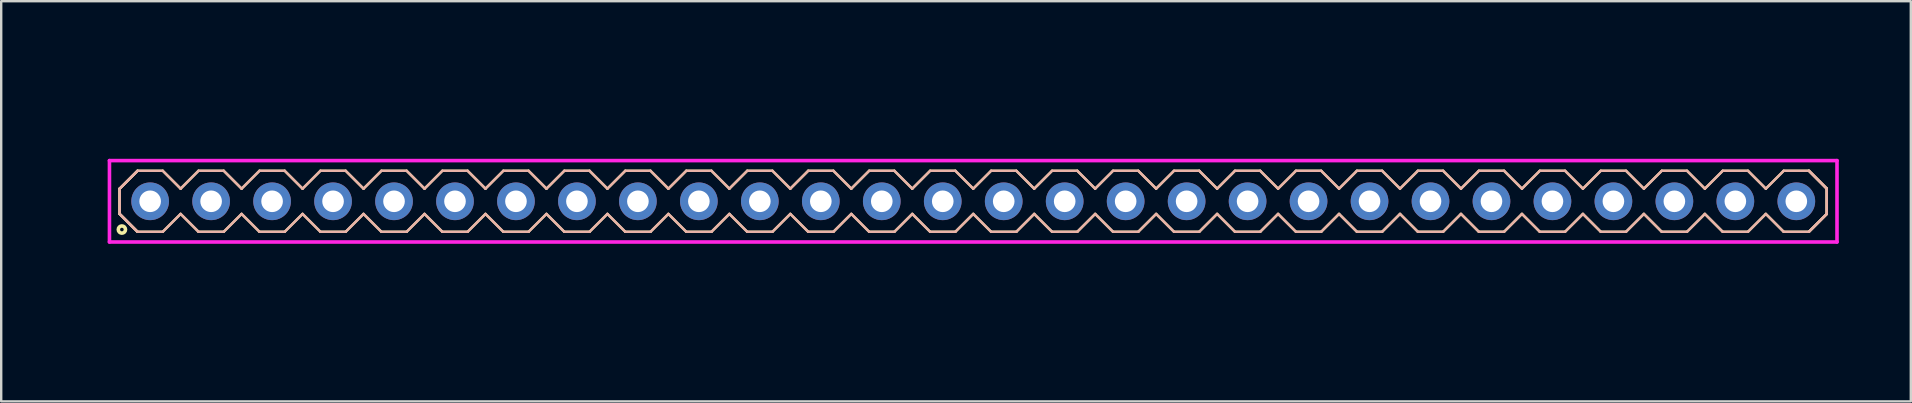
<source format=kicad_pcb>
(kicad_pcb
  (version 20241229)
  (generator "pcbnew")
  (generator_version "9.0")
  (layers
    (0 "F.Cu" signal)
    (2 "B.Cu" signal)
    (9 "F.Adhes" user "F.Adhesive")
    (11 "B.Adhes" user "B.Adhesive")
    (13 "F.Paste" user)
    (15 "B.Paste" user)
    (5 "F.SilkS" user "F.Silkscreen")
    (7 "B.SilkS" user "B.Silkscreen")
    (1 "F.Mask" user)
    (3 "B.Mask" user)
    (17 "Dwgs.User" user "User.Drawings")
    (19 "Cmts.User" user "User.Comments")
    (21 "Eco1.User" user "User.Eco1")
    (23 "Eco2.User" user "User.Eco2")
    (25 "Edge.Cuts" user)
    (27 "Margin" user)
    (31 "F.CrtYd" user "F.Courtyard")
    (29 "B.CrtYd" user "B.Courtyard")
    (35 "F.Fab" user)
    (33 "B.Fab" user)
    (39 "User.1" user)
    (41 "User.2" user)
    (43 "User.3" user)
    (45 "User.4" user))
  (footprint "HDR254P28x1"
    (layer "F.Cu")
    (at 37.495 5.336)
    (property "Reference" "HDR254P28x1" (at -36.735 0 90) (layer "User.1") (effects (font (size 1 1) (thickness 0.1))))
    (attr through_hole)
    (fp_line (start -35.56 -0.526) (end -34.816 -1.27) (stroke (width 0.1) (type solid)) (layer "F.SilkS"))
    (fp_line (start -35.56 -0.526) (end -34.816 -1.27) (stroke (width 0.1) (type solid)) (layer "F.SilkS"))
    (fp_line (start -35.56 0.526) (end -35.56 -0.526) (stroke (width 0.1) (type solid)) (layer "F.SilkS"))
    (fp_line (start -35.56 0.526) (end -35.56 -0.526) (stroke (width 0.1) (type solid)) (layer "F.SilkS"))
    (fp_line (start -34.816 -1.27) (end -33.764 -1.27) (stroke (width 0.1) (type solid)) (layer "F.SilkS"))
    (fp_line (start -34.816 1.27) (end -35.56 0.526) (stroke (width 0.1) (type solid)) (layer "F.SilkS"))
    (fp_line (start -34.816 1.27) (end -35.56 0.526) (stroke (width 0.1) (type solid)) (layer "F.SilkS"))
    (fp_line (start -33.764 -1.27) (end -33.02 -0.526) (stroke (width 0.1) (type solid)) (layer "F.SilkS"))
    (fp_line (start -33.764 1.27) (end -34.816 1.27) (stroke (width 0.1) (type solid)) (layer "F.SilkS"))
    (fp_line (start -33.02 -0.526) (end -32.276 -1.27) (stroke (width 0.1) (type solid)) (layer "F.SilkS"))
    (fp_line (start -33.02 0.526) (end -33.764 1.27) (stroke (width 0.1) (type solid)) (layer "F.SilkS"))
    (fp_line (start -32.276 -1.27) (end -31.224 -1.27) (stroke (width 0.1) (type solid)) (layer "F.SilkS"))
    (fp_line (start -32.276 1.27) (end -33.02 0.526) (stroke (width 0.1) (type solid)) (layer "F.SilkS"))
    (fp_line (start -31.224 -1.27) (end -30.48 -0.526) (stroke (width 0.1) (type solid)) (layer "F.SilkS"))
    (fp_line (start -31.224 1.27) (end -32.276 1.27) (stroke (width 0.1) (type solid)) (layer "F.SilkS"))
    (fp_line (start -30.48 -0.526) (end -29.736 -1.27) (stroke (width 0.1) (type solid)) (layer "F.SilkS"))
    (fp_line (start -30.48 0.526) (end -31.224 1.27) (stroke (width 0.1) (type solid)) (layer "F.SilkS"))
    (fp_line (start -29.736 -1.27) (end -28.684 -1.27) (stroke (width 0.1) (type solid)) (layer "F.SilkS"))
    (fp_line (start -29.736 1.27) (end -30.48 0.526) (stroke (width 0.1) (type solid)) (layer "F.SilkS"))
    (fp_line (start -28.684 -1.27) (end -27.94 -0.526) (stroke (width 0.1) (type solid)) (layer "F.SilkS"))
    (fp_line (start -28.684 1.27) (end -29.736 1.27) (stroke (width 0.1) (type solid)) (layer "F.SilkS"))
    (fp_line (start -27.94 -0.526) (end -27.196 -1.27) (stroke (width 0.1) (type solid)) (layer "F.SilkS"))
    (fp_line (start -27.94 0.526) (end -28.684 1.27) (stroke (width 0.1) (type solid)) (layer "F.SilkS"))
    (fp_line (start -27.196 -1.27) (end -26.144 -1.27) (stroke (width 0.1) (type solid)) (layer "F.SilkS"))
    (fp_line (start -27.196 1.27) (end -27.94 0.526) (stroke (width 0.1) (type solid)) (layer "F.SilkS"))
    (fp_line (start -26.144 -1.27) (end -25.4 -0.526) (stroke (width 0.1) (type solid)) (layer "F.SilkS"))
    (fp_line (start -26.144 1.27) (end -27.196 1.27) (stroke (width 0.1) (type solid)) (layer "F.SilkS"))
    (fp_line (start -25.4 -0.526) (end -24.656 -1.27) (stroke (width 0.1) (type solid)) (layer "F.SilkS"))
    (fp_line (start -25.4 0.526) (end -26.144 1.27) (stroke (width 0.1) (type solid)) (layer "F.SilkS"))
    (fp_line (start -24.656 -1.27) (end -23.604 -1.27) (stroke (width 0.1) (type solid)) (layer "F.SilkS"))
    (fp_line (start -24.656 1.27) (end -25.4 0.526) (stroke (width 0.1) (type solid)) (layer "F.SilkS"))
    (fp_line (start -23.604 -1.27) (end -22.86 -0.526) (stroke (width 0.1) (type solid)) (layer "F.SilkS"))
    (fp_line (start -23.604 1.27) (end -24.656 1.27) (stroke (width 0.1) (type solid)) (layer "F.SilkS"))
    (fp_line (start -22.86 -0.526) (end -22.116 -1.27) (stroke (width 0.1) (type solid)) (layer "F.SilkS"))
    (fp_line (start -22.86 0.526) (end -23.604 1.27) (stroke (width 0.1) (type solid)) (layer "F.SilkS"))
    (fp_line (start -22.116 -1.27) (end -21.064 -1.27) (stroke (width 0.1) (type solid)) (layer "F.SilkS"))
    (fp_line (start -22.116 1.27) (end -22.86 0.526) (stroke (width 0.1) (type solid)) (layer "F.SilkS"))
    (fp_line (start -21.064 -1.27) (end -20.32 -0.526) (stroke (width 0.1) (type solid)) (layer "F.SilkS"))
    (fp_line (start -21.064 1.27) (end -22.116 1.27) (stroke (width 0.1) (type solid)) (layer "F.SilkS"))
    (fp_line (start -20.32 -0.526) (end -19.576 -1.27) (stroke (width 0.1) (type solid)) (layer "F.SilkS"))
    (fp_line (start -20.32 0.526) (end -21.064 1.27) (stroke (width 0.1) (type solid)) (layer "F.SilkS"))
    (fp_line (start -19.576 -1.27) (end -18.524 -1.27) (stroke (width 0.1) (type solid)) (layer "F.SilkS"))
    (fp_line (start -19.576 1.27) (end -20.32 0.526) (stroke (width 0.1) (type solid)) (layer "F.SilkS"))
    (fp_line (start -18.524 -1.27) (end -17.78 -0.526) (stroke (width 0.1) (type solid)) (layer "F.SilkS"))
    (fp_line (start -18.524 1.27) (end -19.576 1.27) (stroke (width 0.1) (type solid)) (layer "F.SilkS"))
    (fp_line (start -17.78 -0.526) (end -17.036 -1.27) (stroke (width 0.1) (type solid)) (layer "F.SilkS"))
    (fp_line (start -17.78 0.526) (end -18.524 1.27) (stroke (width 0.1) (type solid)) (layer "F.SilkS"))
    (fp_line (start -17.036 -1.27) (end -15.984 -1.27) (stroke (width 0.1) (type solid)) (layer "F.SilkS"))
    (fp_line (start -17.036 1.27) (end -17.78 0.526) (stroke (width 0.1) (type solid)) (layer "F.SilkS"))
    (fp_line (start -15.984 -1.27) (end -15.24 -0.526) (stroke (width 0.1) (type solid)) (layer "F.SilkS"))
    (fp_line (start -15.984 1.27) (end -17.036 1.27) (stroke (width 0.1) (type solid)) (layer "F.SilkS"))
    (fp_line (start -15.24 -0.526) (end -14.496 -1.27) (stroke (width 0.1) (type solid)) (layer "F.SilkS"))
    (fp_line (start -15.24 0.526) (end -15.984 1.27) (stroke (width 0.1) (type solid)) (layer "F.SilkS"))
    (fp_line (start -14.496 -1.27) (end -13.444 -1.27) (stroke (width 0.1) (type solid)) (layer "F.SilkS"))
    (fp_line (start -14.496 1.27) (end -15.24 0.526) (stroke (width 0.1) (type solid)) (layer "F.SilkS"))
    (fp_line (start -13.444 -1.27) (end -12.7 -0.526) (stroke (width 0.1) (type solid)) (layer "F.SilkS"))
    (fp_line (start -13.444 1.27) (end -14.496 1.27) (stroke (width 0.1) (type solid)) (layer "F.SilkS"))
    (fp_line (start -12.7 -0.526) (end -11.956 -1.27) (stroke (width 0.1) (type solid)) (layer "F.SilkS"))
    (fp_line (start -12.7 0.526) (end -13.444 1.27) (stroke (width 0.1) (type solid)) (layer "F.SilkS"))
    (fp_line (start -11.956 -1.27) (end -10.904 -1.27) (stroke (width 0.1) (type solid)) (layer "F.SilkS"))
    (fp_line (start -11.956 1.27) (end -12.7 0.526) (stroke (width 0.1) (type solid)) (layer "F.SilkS"))
    (fp_line (start -10.904 -1.27) (end -10.16 -0.526) (stroke (width 0.1) (type solid)) (layer "F.SilkS"))
    (fp_line (start -10.904 1.27) (end -11.956 1.27) (stroke (width 0.1) (type solid)) (layer "F.SilkS"))
    (fp_line (start -10.16 -0.526) (end -9.416 -1.27) (stroke (width 0.1) (type solid)) (layer "F.SilkS"))
    (fp_line (start -10.16 0.526) (end -10.904 1.27) (stroke (width 0.1) (type solid)) (layer "F.SilkS"))
    (fp_line (start -9.416 -1.27) (end -8.364 -1.27) (stroke (width 0.1) (type solid)) (layer "F.SilkS"))
    (fp_line (start -9.416 1.27) (end -10.16 0.526) (stroke (width 0.1) (type solid)) (layer "F.SilkS"))
    (fp_line (start -8.364 -1.27) (end -7.62 -0.526) (stroke (width 0.1) (type solid)) (layer "F.SilkS"))
    (fp_line (start -8.364 1.27) (end -9.416 1.27) (stroke (width 0.1) (type solid)) (layer "F.SilkS"))
    (fp_line (start -7.62 -0.526) (end -6.876 -1.27) (stroke (width 0.1) (type solid)) (layer "F.SilkS"))
    (fp_line (start -7.62 0.526) (end -8.364 1.27) (stroke (width 0.1) (type solid)) (layer "F.SilkS"))
    (fp_line (start -6.876 -1.27) (end -5.824 -1.27) (stroke (width 0.1) (type solid)) (layer "F.SilkS"))
    (fp_line (start -6.876 1.27) (end -7.62 0.526) (stroke (width 0.1) (type solid)) (layer "F.SilkS"))
    (fp_line (start -5.824 -1.27) (end -5.08 -0.526) (stroke (width 0.1) (type solid)) (layer "F.SilkS"))
    (fp_line (start -5.824 1.27) (end -6.876 1.27) (stroke (width 0.1) (type solid)) (layer "F.SilkS"))
    (fp_line (start -5.08 -0.526) (end -4.336 -1.27) (stroke (width 0.1) (type solid)) (layer "F.SilkS"))
    (fp_line (start -5.08 0.526) (end -5.824 1.27) (stroke (width 0.1) (type solid)) (layer "F.SilkS"))
    (fp_line (start -4.336 -1.27) (end -3.284 -1.27) (stroke (width 0.1) (type solid)) (layer "F.SilkS"))
    (fp_line (start -4.336 1.27) (end -5.08 0.526) (stroke (width 0.1) (type solid)) (layer "F.SilkS"))
    (fp_line (start -3.284 -1.27) (end -2.54 -0.526) (stroke (width 0.1) (type solid)) (layer "F.SilkS"))
    (fp_line (start -3.284 1.27) (end -4.336 1.27) (stroke (width 0.1) (type solid)) (layer "F.SilkS"))
    (fp_line (start -2.54 -0.526) (end -1.796 -1.27) (stroke (width 0.1) (type solid)) (layer "F.SilkS"))
    (fp_line (start -2.54 0.526) (end -3.284 1.27) (stroke (width 0.1) (type solid)) (layer "F.SilkS"))
    (fp_line (start -1.796 -1.27) (end -0.744 -1.27) (stroke (width 0.1) (type solid)) (layer "F.SilkS"))
    (fp_line (start -1.796 1.27) (end -2.54 0.526) (stroke (width 0.1) (type solid)) (layer "F.SilkS"))
    (fp_line (start -0.744 -1.27) (end 0 -0.526) (stroke (width 0.1) (type solid)) (layer "F.SilkS"))
    (fp_line (start -0.744 1.27) (end -1.796 1.27) (stroke (width 0.1) (type solid)) (layer "F.SilkS"))
    (fp_line (start 0 -0.526) (end 0.744 -1.27) (stroke (width 0.1) (type solid)) (layer "F.SilkS"))
    (fp_line (start 0 0.526) (end -0.744 1.27) (stroke (width 0.1) (type solid)) (layer "F.SilkS"))
    (fp_line (start 0.744 -1.27) (end 1.796 -1.27) (stroke (width 0.1) (type solid)) (layer "F.SilkS"))
    (fp_line (start 0.744 1.27) (end 0 0.526) (stroke (width 0.1) (type solid)) (layer "F.SilkS"))
    (fp_line (start 1.796 -1.27) (end 2.54 -0.526) (stroke (width 0.1) (type solid)) (layer "F.SilkS"))
    (fp_line (start 1.796 1.27) (end 0.744 1.27) (stroke (width 0.1) (type solid)) (layer "F.SilkS"))
    (fp_line (start 2.54 -0.526) (end 3.284 -1.27) (stroke (width 0.1) (type solid)) (layer "F.SilkS"))
    (fp_line (start 2.54 0.526) (end 1.796 1.27) (stroke (width 0.1) (type solid)) (layer "F.SilkS"))
    (fp_line (start 3.284 -1.27) (end 4.336 -1.27) (stroke (width 0.1) (type solid)) (layer "F.SilkS"))
    (fp_line (start 3.284 1.27) (end 2.54 0.526) (stroke (width 0.1) (type solid)) (layer "F.SilkS"))
    (fp_line (start 4.336 -1.27) (end 5.08 -0.526) (stroke (width 0.1) (type solid)) (layer "F.SilkS"))
    (fp_line (start 4.336 1.27) (end 3.284 1.27) (stroke (width 0.1) (type solid)) (layer "F.SilkS"))
    (fp_line (start 5.08 -0.526) (end 5.824 -1.27) (stroke (width 0.1) (type solid)) (layer "F.SilkS"))
    (fp_line (start 5.08 0.526) (end 4.336 1.27) (stroke (width 0.1) (type solid)) (layer "F.SilkS"))
    (fp_line (start 5.824 -1.27) (end 6.876 -1.27) (stroke (width 0.1) (type solid)) (layer "F.SilkS"))
    (fp_line (start 5.824 1.27) (end 5.08 0.526) (stroke (width 0.1) (type solid)) (layer "F.SilkS"))
    (fp_line (start 6.876 -1.27) (end 7.62 -0.526) (stroke (width 0.1) (type solid)) (layer "F.SilkS"))
    (fp_line (start 6.876 1.27) (end 5.824 1.27) (stroke (width 0.1) (type solid)) (layer "F.SilkS"))
    (fp_line (start 7.62 -0.526) (end 8.364 -1.27) (stroke (width 0.1) (type solid)) (layer "F.SilkS"))
    (fp_line (start 7.62 0.526) (end 6.876 1.27) (stroke (width 0.1) (type solid)) (layer "F.SilkS"))
    (fp_line (start 8.364 -1.27) (end 9.416 -1.27) (stroke (width 0.1) (type solid)) (layer "F.SilkS"))
    (fp_line (start 8.364 1.27) (end 7.62 0.526) (stroke (width 0.1) (type solid)) (layer "F.SilkS"))
    (fp_line (start 9.416 -1.27) (end 10.16 -0.526) (stroke (width 0.1) (type solid)) (layer "F.SilkS"))
    (fp_line (start 9.416 1.27) (end 8.364 1.27) (stroke (width 0.1) (type solid)) (layer "F.SilkS"))
    (fp_line (start 10.16 -0.526) (end 10.904 -1.27) (stroke (width 0.1) (type solid)) (layer "F.SilkS"))
    (fp_line (start 10.16 0.526) (end 9.416 1.27) (stroke (width 0.1) (type solid)) (layer "F.SilkS"))
    (fp_line (start 10.904 -1.27) (end 11.956 -1.27) (stroke (width 0.1) (type solid)) (layer "F.SilkS"))
    (fp_line (start 10.904 1.27) (end 10.16 0.526) (stroke (width 0.1) (type solid)) (layer "F.SilkS"))
    (fp_line (start 11.956 -1.27) (end 12.7 -0.526) (stroke (width 0.1) (type solid)) (layer "F.SilkS"))
    (fp_line (start 11.956 1.27) (end 10.904 1.27) (stroke (width 0.1) (type solid)) (layer "F.SilkS"))
    (fp_line (start 12.7 -0.526) (end 13.444 -1.27) (stroke (width 0.1) (type solid)) (layer "F.SilkS"))
    (fp_line (start 12.7 0.526) (end 11.956 1.27) (stroke (width 0.1) (type solid)) (layer "F.SilkS"))
    (fp_line (start 13.444 -1.27) (end 14.496 -1.27) (stroke (width 0.1) (type solid)) (layer "F.SilkS"))
    (fp_line (start 13.444 1.27) (end 12.7 0.526) (stroke (width 0.1) (type solid)) (layer "F.SilkS"))
    (fp_line (start 14.496 -1.27) (end 15.24 -0.526) (stroke (width 0.1) (type solid)) (layer "F.SilkS"))
    (fp_line (start 14.496 1.27) (end 13.444 1.27) (stroke (width 0.1) (type solid)) (layer "F.SilkS"))
    (fp_line (start 15.24 -0.526) (end 15.984 -1.27) (stroke (width 0.1) (type solid)) (layer "F.SilkS"))
    (fp_line (start 15.24 0.526) (end 14.496 1.27) (stroke (width 0.1) (type solid)) (layer "F.SilkS"))
    (fp_line (start 15.984 -1.27) (end 17.036 -1.27) (stroke (width 0.1) (type solid)) (layer "F.SilkS"))
    (fp_line (start 15.984 1.27) (end 15.24 0.526) (stroke (width 0.1) (type solid)) (layer "F.SilkS"))
    (fp_line (start 17.036 -1.27) (end 17.78 -0.526) (stroke (width 0.1) (type solid)) (layer "F.SilkS"))
    (fp_line (start 17.036 1.27) (end 15.984 1.27) (stroke (width 0.1) (type solid)) (layer "F.SilkS"))
    (fp_line (start 17.78 -0.526) (end 18.524 -1.27) (stroke (width 0.1) (type solid)) (layer "F.SilkS"))
    (fp_line (start 17.78 0.526) (end 17.036 1.27) (stroke (width 0.1) (type solid)) (layer "F.SilkS"))
    (fp_line (start 18.524 -1.27) (end 19.576 -1.27) (stroke (width 0.1) (type solid)) (layer "F.SilkS"))
    (fp_line (start 18.524 1.27) (end 17.78 0.526) (stroke (width 0.1) (type solid)) (layer "F.SilkS"))
    (fp_line (start 19.576 -1.27) (end 20.32 -0.526) (stroke (width 0.1) (type solid)) (layer "F.SilkS"))
    (fp_line (start 19.576 1.27) (end 18.524 1.27) (stroke (width 0.1) (type solid)) (layer "F.SilkS"))
    (fp_line (start 20.32 -0.526) (end 21.064 -1.27) (stroke (width 0.1) (type solid)) (layer "F.SilkS"))
    (fp_line (start 20.32 0.526) (end 19.576 1.27) (stroke (width 0.1) (type solid)) (layer "F.SilkS"))
    (fp_line (start 21.064 -1.27) (end 22.116 -1.27) (stroke (width 0.1) (type solid)) (layer "F.SilkS"))
    (fp_line (start 21.064 1.27) (end 20.32 0.526) (stroke (width 0.1) (type solid)) (layer "F.SilkS"))
    (fp_line (start 22.116 -1.27) (end 22.86 -0.526) (stroke (width 0.1) (type solid)) (layer "F.SilkS"))
    (fp_line (start 22.116 1.27) (end 21.064 1.27) (stroke (width 0.1) (type solid)) (layer "F.SilkS"))
    (fp_line (start 22.86 -0.526) (end 23.604 -1.27) (stroke (width 0.1) (type solid)) (layer "F.SilkS"))
    (fp_line (start 22.86 0.526) (end 22.116 1.27) (stroke (width 0.1) (type solid)) (layer "F.SilkS"))
    (fp_line (start 23.604 -1.27) (end 24.656 -1.27) (stroke (width 0.1) (type solid)) (layer "F.SilkS"))
    (fp_line (start 23.604 1.27) (end 22.86 0.526) (stroke (width 0.1) (type solid)) (layer "F.SilkS"))
    (fp_line (start 24.656 -1.27) (end 25.4 -0.526) (stroke (width 0.1) (type solid)) (layer "F.SilkS"))
    (fp_line (start 24.656 1.27) (end 23.604 1.27) (stroke (width 0.1) (type solid)) (layer "F.SilkS"))
    (fp_line (start 25.4 -0.526) (end 26.144 -1.27) (stroke (width 0.1) (type solid)) (layer "F.SilkS"))
    (fp_line (start 25.4 0.526) (end 24.656 1.27) (stroke (width 0.1) (type solid)) (layer "F.SilkS"))
    (fp_line (start 26.144 -1.27) (end 27.196 -1.27) (stroke (width 0.1) (type solid)) (layer "F.SilkS"))
    (fp_line (start 26.144 1.27) (end 25.4 0.526) (stroke (width 0.1) (type solid)) (layer "F.SilkS"))
    (fp_line (start 27.196 -1.27) (end 27.94 -0.526) (stroke (width 0.1) (type solid)) (layer "F.SilkS"))
    (fp_line (start 27.196 1.27) (end 26.144 1.27) (stroke (width 0.1) (type solid)) (layer "F.SilkS"))
    (fp_line (start 27.94 -0.526) (end 28.684 -1.27) (stroke (width 0.1) (type solid)) (layer "F.SilkS"))
    (fp_line (start 27.94 0.526) (end 27.196 1.27) (stroke (width 0.1) (type solid)) (layer "F.SilkS"))
    (fp_line (start 28.684 -1.27) (end 29.736 -1.27) (stroke (width 0.1) (type solid)) (layer "F.SilkS"))
    (fp_line (start 28.684 1.27) (end 27.94 0.526) (stroke (width 0.1) (type solid)) (layer "F.SilkS"))
    (fp_line (start 29.736 -1.27) (end 30.48 -0.526) (stroke (width 0.1) (type solid)) (layer "F.SilkS"))
    (fp_line (start 29.736 1.27) (end 28.684 1.27) (stroke (width 0.1) (type solid)) (layer "F.SilkS"))
    (fp_line (start 30.48 -0.526) (end 31.224 -1.27) (stroke (width 0.1) (type solid)) (layer "F.SilkS"))
    (fp_line (start 30.48 0.526) (end 29.736 1.27) (stroke (width 0.1) (type solid)) (layer "F.SilkS"))
    (fp_line (start 31.224 -1.27) (end 32.276 -1.27) (stroke (width 0.1) (type solid)) (layer "F.SilkS"))
    (fp_line (start 31.224 1.27) (end 30.48 0.526) (stroke (width 0.1) (type solid)) (layer "F.SilkS"))
    (fp_line (start 32.276 -1.27) (end 33.02 -0.526) (stroke (width 0.1) (type solid)) (layer "F.SilkS"))
    (fp_line (start 32.276 1.27) (end 31.224 1.27) (stroke (width 0.1) (type solid)) (layer "F.SilkS"))
    (fp_line (start 33.02 -0.526) (end 33.764 -1.27) (stroke (width 0.1) (type solid)) (layer "F.SilkS"))
    (fp_line (start 33.02 0.526) (end 32.276 1.27) (stroke (width 0.1) (type solid)) (layer "F.SilkS"))
    (fp_line (start 33.764 -1.27) (end 34.816 -1.27) (stroke (width 0.1) (type solid)) (layer "F.SilkS"))
    (fp_line (start 33.764 1.27) (end 33.02 0.526) (stroke (width 0.1) (type solid)) (layer "F.SilkS"))
    (fp_line (start 34.816 -1.27) (end 35.56 -0.526) (stroke (width 0.1) (type solid)) (layer "F.SilkS"))
    (fp_line (start 34.816 -1.27) (end 35.56 -0.526) (stroke (width 0.1) (type solid)) (layer "F.SilkS"))
    (fp_line (start 34.816 1.27) (end 33.764 1.27) (stroke (width 0.1) (type solid)) (layer "F.SilkS"))
    (fp_line (start 35.56 -0.526) (end 35.56 0.526) (stroke (width 0.1) (type solid)) (layer "F.SilkS"))
    (fp_line (start 35.56 -0.526) (end 35.56 0.526) (stroke (width 0.1) (type solid)) (layer "F.SilkS"))
    (fp_line (start 35.56 0.526) (end 34.816 1.27) (stroke (width 0.1) (type solid)) (layer "F.SilkS"))
    (fp_line (start 35.56 0.526) (end 34.816 1.27) (stroke (width 0.1) (type solid)) (layer "F.SilkS"))
    (fp_circle (center -35.467 1.177) (end -35.317 1.177) (stroke (width 0.15) (type solid)) (fill no) (layer "F.SilkS"))
    (fp_line (start -35.56 -0.526) (end -34.816 -1.27) (stroke (width 0.1) (type solid)) (layer "B.SilkS"))
    (fp_line (start -35.56 -0.526) (end -34.816 -1.27) (stroke (width 0.1) (type solid)) (layer "B.SilkS"))
    (fp_line (start -35.56 0.526) (end -35.56 -0.526) (stroke (width 0.1) (type solid)) (layer "B.SilkS"))
    (fp_line (start -35.56 0.526) (end -35.56 -0.526) (stroke (width 0.1) (type solid)) (layer "B.SilkS"))
    (fp_line (start -34.816 -1.27) (end -33.764 -1.27) (stroke (width 0.1) (type solid)) (layer "B.SilkS"))
    (fp_line (start -34.816 1.27) (end -35.56 0.526) (stroke (width 0.1) (type solid)) (layer "B.SilkS"))
    (fp_line (start -34.816 1.27) (end -35.56 0.526) (stroke (width 0.1) (type solid)) (layer "B.SilkS"))
    (fp_line (start -33.764 -1.27) (end -33.02 -0.526) (stroke (width 0.1) (type solid)) (layer "B.SilkS"))
    (fp_line (start -33.764 1.27) (end -34.816 1.27) (stroke (width 0.1) (type solid)) (layer "B.SilkS"))
    (fp_line (start -33.02 -0.526) (end -32.276 -1.27) (stroke (width 0.1) (type solid)) (layer "B.SilkS"))
    (fp_line (start -33.02 0.526) (end -33.764 1.27) (stroke (width 0.1) (type solid)) (layer "B.SilkS"))
    (fp_line (start -32.276 -1.27) (end -31.224 -1.27) (stroke (width 0.1) (type solid)) (layer "B.SilkS"))
    (fp_line (start -32.276 1.27) (end -33.02 0.526) (stroke (width 0.1) (type solid)) (layer "B.SilkS"))
    (fp_line (start -31.224 -1.27) (end -30.48 -0.526) (stroke (width 0.1) (type solid)) (layer "B.SilkS"))
    (fp_line (start -31.224 1.27) (end -32.276 1.27) (stroke (width 0.1) (type solid)) (layer "B.SilkS"))
    (fp_line (start -30.48 -0.526) (end -29.736 -1.27) (stroke (width 0.1) (type solid)) (layer "B.SilkS"))
    (fp_line (start -30.48 0.526) (end -31.224 1.27) (stroke (width 0.1) (type solid)) (layer "B.SilkS"))
    (fp_line (start -29.736 -1.27) (end -28.684 -1.27) (stroke (width 0.1) (type solid)) (layer "B.SilkS"))
    (fp_line (start -29.736 1.27) (end -30.48 0.526) (stroke (width 0.1) (type solid)) (layer "B.SilkS"))
    (fp_line (start -28.684 -1.27) (end -27.94 -0.526) (stroke (width 0.1) (type solid)) (layer "B.SilkS"))
    (fp_line (start -28.684 1.27) (end -29.736 1.27) (stroke (width 0.1) (type solid)) (layer "B.SilkS"))
    (fp_line (start -27.94 -0.526) (end -27.196 -1.27) (stroke (width 0.1) (type solid)) (layer "B.SilkS"))
    (fp_line (start -27.94 0.526) (end -28.684 1.27) (stroke (width 0.1) (type solid)) (layer "B.SilkS"))
    (fp_line (start -27.196 -1.27) (end -26.144 -1.27) (stroke (width 0.1) (type solid)) (layer "B.SilkS"))
    (fp_line (start -27.196 1.27) (end -27.94 0.526) (stroke (width 0.1) (type solid)) (layer "B.SilkS"))
    (fp_line (start -26.144 -1.27) (end -25.4 -0.526) (stroke (width 0.1) (type solid)) (layer "B.SilkS"))
    (fp_line (start -26.144 1.27) (end -27.196 1.27) (stroke (width 0.1) (type solid)) (layer "B.SilkS"))
    (fp_line (start -25.4 -0.526) (end -24.656 -1.27) (stroke (width 0.1) (type solid)) (layer "B.SilkS"))
    (fp_line (start -25.4 0.526) (end -26.144 1.27) (stroke (width 0.1) (type solid)) (layer "B.SilkS"))
    (fp_line (start -24.656 -1.27) (end -23.604 -1.27) (stroke (width 0.1) (type solid)) (layer "B.SilkS"))
    (fp_line (start -24.656 1.27) (end -25.4 0.526) (stroke (width 0.1) (type solid)) (layer "B.SilkS"))
    (fp_line (start -23.604 -1.27) (end -22.86 -0.526) (stroke (width 0.1) (type solid)) (layer "B.SilkS"))
    (fp_line (start -23.604 1.27) (end -24.656 1.27) (stroke (width 0.1) (type solid)) (layer "B.SilkS"))
    (fp_line (start -22.86 -0.526) (end -22.116 -1.27) (stroke (width 0.1) (type solid)) (layer "B.SilkS"))
    (fp_line (start -22.86 0.526) (end -23.604 1.27) (stroke (width 0.1) (type solid)) (layer "B.SilkS"))
    (fp_line (start -22.116 -1.27) (end -21.064 -1.27) (stroke (width 0.1) (type solid)) (layer "B.SilkS"))
    (fp_line (start -22.116 1.27) (end -22.86 0.526) (stroke (width 0.1) (type solid)) (layer "B.SilkS"))
    (fp_line (start -21.064 -1.27) (end -20.32 -0.526) (stroke (width 0.1) (type solid)) (layer "B.SilkS"))
    (fp_line (start -21.064 1.27) (end -22.116 1.27) (stroke (width 0.1) (type solid)) (layer "B.SilkS"))
    (fp_line (start -20.32 -0.526) (end -19.576 -1.27) (stroke (width 0.1) (type solid)) (layer "B.SilkS"))
    (fp_line (start -20.32 0.526) (end -21.064 1.27) (stroke (width 0.1) (type solid)) (layer "B.SilkS"))
    (fp_line (start -19.576 -1.27) (end -18.524 -1.27) (stroke (width 0.1) (type solid)) (layer "B.SilkS"))
    (fp_line (start -19.576 1.27) (end -20.32 0.526) (stroke (width 0.1) (type solid)) (layer "B.SilkS"))
    (fp_line (start -18.524 -1.27) (end -17.78 -0.526) (stroke (width 0.1) (type solid)) (layer "B.SilkS"))
    (fp_line (start -18.524 1.27) (end -19.576 1.27) (stroke (width 0.1) (type solid)) (layer "B.SilkS"))
    (fp_line (start -17.78 -0.526) (end -17.036 -1.27) (stroke (width 0.1) (type solid)) (layer "B.SilkS"))
    (fp_line (start -17.78 0.526) (end -18.524 1.27) (stroke (width 0.1) (type solid)) (layer "B.SilkS"))
    (fp_line (start -17.036 -1.27) (end -15.984 -1.27) (stroke (width 0.1) (type solid)) (layer "B.SilkS"))
    (fp_line (start -17.036 1.27) (end -17.78 0.526) (stroke (width 0.1) (type solid)) (layer "B.SilkS"))
    (fp_line (start -15.984 -1.27) (end -15.24 -0.526) (stroke (width 0.1) (type solid)) (layer "B.SilkS"))
    (fp_line (start -15.984 1.27) (end -17.036 1.27) (stroke (width 0.1) (type solid)) (layer "B.SilkS"))
    (fp_line (start -15.24 -0.526) (end -14.496 -1.27) (stroke (width 0.1) (type solid)) (layer "B.SilkS"))
    (fp_line (start -15.24 0.526) (end -15.984 1.27) (stroke (width 0.1) (type solid)) (layer "B.SilkS"))
    (fp_line (start -14.496 -1.27) (end -13.444 -1.27) (stroke (width 0.1) (type solid)) (layer "B.SilkS"))
    (fp_line (start -14.496 1.27) (end -15.24 0.526) (stroke (width 0.1) (type solid)) (layer "B.SilkS"))
    (fp_line (start -13.444 -1.27) (end -12.7 -0.526) (stroke (width 0.1) (type solid)) (layer "B.SilkS"))
    (fp_line (start -13.444 1.27) (end -14.496 1.27) (stroke (width 0.1) (type solid)) (layer "B.SilkS"))
    (fp_line (start -12.7 -0.526) (end -11.956 -1.27) (stroke (width 0.1) (type solid)) (layer "B.SilkS"))
    (fp_line (start -12.7 0.526) (end -13.444 1.27) (stroke (width 0.1) (type solid)) (layer "B.SilkS"))
    (fp_line (start -11.956 -1.27) (end -10.904 -1.27) (stroke (width 0.1) (type solid)) (layer "B.SilkS"))
    (fp_line (start -11.956 1.27) (end -12.7 0.526) (stroke (width 0.1) (type solid)) (layer "B.SilkS"))
    (fp_line (start -10.904 -1.27) (end -10.16 -0.526) (stroke (width 0.1) (type solid)) (layer "B.SilkS"))
    (fp_line (start -10.904 1.27) (end -11.956 1.27) (stroke (width 0.1) (type solid)) (layer "B.SilkS"))
    (fp_line (start -10.16 -0.526) (end -9.416 -1.27) (stroke (width 0.1) (type solid)) (layer "B.SilkS"))
    (fp_line (start -10.16 0.526) (end -10.904 1.27) (stroke (width 0.1) (type solid)) (layer "B.SilkS"))
    (fp_line (start -9.416 -1.27) (end -8.364 -1.27) (stroke (width 0.1) (type solid)) (layer "B.SilkS"))
    (fp_line (start -9.416 1.27) (end -10.16 0.526) (stroke (width 0.1) (type solid)) (layer "B.SilkS"))
    (fp_line (start -8.364 -1.27) (end -7.62 -0.526) (stroke (width 0.1) (type solid)) (layer "B.SilkS"))
    (fp_line (start -8.364 1.27) (end -9.416 1.27) (stroke (width 0.1) (type solid)) (layer "B.SilkS"))
    (fp_line (start -7.62 -0.526) (end -6.876 -1.27) (stroke (width 0.1) (type solid)) (layer "B.SilkS"))
    (fp_line (start -7.62 0.526) (end -8.364 1.27) (stroke (width 0.1) (type solid)) (layer "B.SilkS"))
    (fp_line (start -6.876 -1.27) (end -5.824 -1.27) (stroke (width 0.1) (type solid)) (layer "B.SilkS"))
    (fp_line (start -6.876 1.27) (end -7.62 0.526) (stroke (width 0.1) (type solid)) (layer "B.SilkS"))
    (fp_line (start -5.824 -1.27) (end -5.08 -0.526) (stroke (width 0.1) (type solid)) (layer "B.SilkS"))
    (fp_line (start -5.824 1.27) (end -6.876 1.27) (stroke (width 0.1) (type solid)) (layer "B.SilkS"))
    (fp_line (start -5.08 -0.526) (end -4.336 -1.27) (stroke (width 0.1) (type solid)) (layer "B.SilkS"))
    (fp_line (start -5.08 0.526) (end -5.824 1.27) (stroke (width 0.1) (type solid)) (layer "B.SilkS"))
    (fp_line (start -4.336 -1.27) (end -3.284 -1.27) (stroke (width 0.1) (type solid)) (layer "B.SilkS"))
    (fp_line (start -4.336 1.27) (end -5.08 0.526) (stroke (width 0.1) (type solid)) (layer "B.SilkS"))
    (fp_line (start -3.284 -1.27) (end -2.54 -0.526) (stroke (width 0.1) (type solid)) (layer "B.SilkS"))
    (fp_line (start -3.284 1.27) (end -4.336 1.27) (stroke (width 0.1) (type solid)) (layer "B.SilkS"))
    (fp_line (start -2.54 -0.526) (end -1.796 -1.27) (stroke (width 0.1) (type solid)) (layer "B.SilkS"))
    (fp_line (start -2.54 0.526) (end -3.284 1.27) (stroke (width 0.1) (type solid)) (layer "B.SilkS"))
    (fp_line (start -1.796 -1.27) (end -0.744 -1.27) (stroke (width 0.1) (type solid)) (layer "B.SilkS"))
    (fp_line (start -1.796 1.27) (end -2.54 0.526) (stroke (width 0.1) (type solid)) (layer "B.SilkS"))
    (fp_line (start -0.744 -1.27) (end 0 -0.526) (stroke (width 0.1) (type solid)) (layer "B.SilkS"))
    (fp_line (start -0.744 1.27) (end -1.796 1.27) (stroke (width 0.1) (type solid)) (layer "B.SilkS"))
    (fp_line (start 0 -0.526) (end 0.744 -1.27) (stroke (width 0.1) (type solid)) (layer "B.SilkS"))
    (fp_line (start 0 0.526) (end -0.744 1.27) (stroke (width 0.1) (type solid)) (layer "B.SilkS"))
    (fp_line (start 0.744 -1.27) (end 1.796 -1.27) (stroke (width 0.1) (type solid)) (layer "B.SilkS"))
    (fp_line (start 0.744 1.27) (end 0 0.526) (stroke (width 0.1) (type solid)) (layer "B.SilkS"))
    (fp_line (start 1.796 -1.27) (end 2.54 -0.526) (stroke (width 0.1) (type solid)) (layer "B.SilkS"))
    (fp_line (start 1.796 1.27) (end 0.744 1.27) (stroke (width 0.1) (type solid)) (layer "B.SilkS"))
    (fp_line (start 2.54 -0.526) (end 3.284 -1.27) (stroke (width 0.1) (type solid)) (layer "B.SilkS"))
    (fp_line (start 2.54 0.526) (end 1.796 1.27) (stroke (width 0.1) (type solid)) (layer "B.SilkS"))
    (fp_line (start 3.284 -1.27) (end 4.336 -1.27) (stroke (width 0.1) (type solid)) (layer "B.SilkS"))
    (fp_line (start 3.284 1.27) (end 2.54 0.526) (stroke (width 0.1) (type solid)) (layer "B.SilkS"))
    (fp_line (start 4.336 -1.27) (end 5.08 -0.526) (stroke (width 0.1) (type solid)) (layer "B.SilkS"))
    (fp_line (start 4.336 1.27) (end 3.284 1.27) (stroke (width 0.1) (type solid)) (layer "B.SilkS"))
    (fp_line (start 5.08 -0.526) (end 5.824 -1.27) (stroke (width 0.1) (type solid)) (layer "B.SilkS"))
    (fp_line (start 5.08 0.526) (end 4.336 1.27) (stroke (width 0.1) (type solid)) (layer "B.SilkS"))
    (fp_line (start 5.824 -1.27) (end 6.876 -1.27) (stroke (width 0.1) (type solid)) (layer "B.SilkS"))
    (fp_line (start 5.824 1.27) (end 5.08 0.526) (stroke (width 0.1) (type solid)) (layer "B.SilkS"))
    (fp_line (start 6.876 -1.27) (end 7.62 -0.526) (stroke (width 0.1) (type solid)) (layer "B.SilkS"))
    (fp_line (start 6.876 1.27) (end 5.824 1.27) (stroke (width 0.1) (type solid)) (layer "B.SilkS"))
    (fp_line (start 7.62 -0.526) (end 8.364 -1.27) (stroke (width 0.1) (type solid)) (layer "B.SilkS"))
    (fp_line (start 7.62 0.526) (end 6.876 1.27) (stroke (width 0.1) (type solid)) (layer "B.SilkS"))
    (fp_line (start 8.364 -1.27) (end 9.416 -1.27) (stroke (width 0.1) (type solid)) (layer "B.SilkS"))
    (fp_line (start 8.364 1.27) (end 7.62 0.526) (stroke (width 0.1) (type solid)) (layer "B.SilkS"))
    (fp_line (start 9.416 -1.27) (end 10.16 -0.526) (stroke (width 0.1) (type solid)) (layer "B.SilkS"))
    (fp_line (start 9.416 1.27) (end 8.364 1.27) (stroke (width 0.1) (type solid)) (layer "B.SilkS"))
    (fp_line (start 10.16 -0.526) (end 10.904 -1.27) (stroke (width 0.1) (type solid)) (layer "B.SilkS"))
    (fp_line (start 10.16 0.526) (end 9.416 1.27) (stroke (width 0.1) (type solid)) (layer "B.SilkS"))
    (fp_line (start 10.904 -1.27) (end 11.956 -1.27) (stroke (width 0.1) (type solid)) (layer "B.SilkS"))
    (fp_line (start 10.904 1.27) (end 10.16 0.526) (stroke (width 0.1) (type solid)) (layer "B.SilkS"))
    (fp_line (start 11.956 -1.27) (end 12.7 -0.526) (stroke (width 0.1) (type solid)) (layer "B.SilkS"))
    (fp_line (start 11.956 1.27) (end 10.904 1.27) (stroke (width 0.1) (type solid)) (layer "B.SilkS"))
    (fp_line (start 12.7 -0.526) (end 13.444 -1.27) (stroke (width 0.1) (type solid)) (layer "B.SilkS"))
    (fp_line (start 12.7 0.526) (end 11.956 1.27) (stroke (width 0.1) (type solid)) (layer "B.SilkS"))
    (fp_line (start 13.444 -1.27) (end 14.496 -1.27) (stroke (width 0.1) (type solid)) (layer "B.SilkS"))
    (fp_line (start 13.444 1.27) (end 12.7 0.526) (stroke (width 0.1) (type solid)) (layer "B.SilkS"))
    (fp_line (start 14.496 -1.27) (end 15.24 -0.526) (stroke (width 0.1) (type solid)) (layer "B.SilkS"))
    (fp_line (start 14.496 1.27) (end 13.444 1.27) (stroke (width 0.1) (type solid)) (layer "B.SilkS"))
    (fp_line (start 15.24 -0.526) (end 15.984 -1.27) (stroke (width 0.1) (type solid)) (layer "B.SilkS"))
    (fp_line (start 15.24 0.526) (end 14.496 1.27) (stroke (width 0.1) (type solid)) (layer "B.SilkS"))
    (fp_line (start 15.984 -1.27) (end 17.036 -1.27) (stroke (width 0.1) (type solid)) (layer "B.SilkS"))
    (fp_line (start 15.984 1.27) (end 15.24 0.526) (stroke (width 0.1) (type solid)) (layer "B.SilkS"))
    (fp_line (start 17.036 -1.27) (end 17.78 -0.526) (stroke (width 0.1) (type solid)) (layer "B.SilkS"))
    (fp_line (start 17.036 1.27) (end 15.984 1.27) (stroke (width 0.1) (type solid)) (layer "B.SilkS"))
    (fp_line (start 17.78 -0.526) (end 18.524 -1.27) (stroke (width 0.1) (type solid)) (layer "B.SilkS"))
    (fp_line (start 17.78 0.526) (end 17.036 1.27) (stroke (width 0.1) (type solid)) (layer "B.SilkS"))
    (fp_line (start 18.524 -1.27) (end 19.576 -1.27) (stroke (width 0.1) (type solid)) (layer "B.SilkS"))
    (fp_line (start 18.524 1.27) (end 17.78 0.526) (stroke (width 0.1) (type solid)) (layer "B.SilkS"))
    (fp_line (start 19.576 -1.27) (end 20.32 -0.526) (stroke (width 0.1) (type solid)) (layer "B.SilkS"))
    (fp_line (start 19.576 1.27) (end 18.524 1.27) (stroke (width 0.1) (type solid)) (layer "B.SilkS"))
    (fp_line (start 20.32 -0.526) (end 21.064 -1.27) (stroke (width 0.1) (type solid)) (layer "B.SilkS"))
    (fp_line (start 20.32 0.526) (end 19.576 1.27) (stroke (width 0.1) (type solid)) (layer "B.SilkS"))
    (fp_line (start 21.064 -1.27) (end 22.116 -1.27) (stroke (width 0.1) (type solid)) (layer "B.SilkS"))
    (fp_line (start 21.064 1.27) (end 20.32 0.526) (stroke (width 0.1) (type solid)) (layer "B.SilkS"))
    (fp_line (start 22.116 -1.27) (end 22.86 -0.526) (stroke (width 0.1) (type solid)) (layer "B.SilkS"))
    (fp_line (start 22.116 1.27) (end 21.064 1.27) (stroke (width 0.1) (type solid)) (layer "B.SilkS"))
    (fp_line (start 22.86 -0.526) (end 23.604 -1.27) (stroke (width 0.1) (type solid)) (layer "B.SilkS"))
    (fp_line (start 22.86 0.526) (end 22.116 1.27) (stroke (width 0.1) (type solid)) (layer "B.SilkS"))
    (fp_line (start 23.604 -1.27) (end 24.656 -1.27) (stroke (width 0.1) (type solid)) (layer "B.SilkS"))
    (fp_line (start 23.604 1.27) (end 22.86 0.526) (stroke (width 0.1) (type solid)) (layer "B.SilkS"))
    (fp_line (start 24.656 -1.27) (end 25.4 -0.526) (stroke (width 0.1) (type solid)) (layer "B.SilkS"))
    (fp_line (start 24.656 1.27) (end 23.604 1.27) (stroke (width 0.1) (type solid)) (layer "B.SilkS"))
    (fp_line (start 25.4 -0.526) (end 26.144 -1.27) (stroke (width 0.1) (type solid)) (layer "B.SilkS"))
    (fp_line (start 25.4 0.526) (end 24.656 1.27) (stroke (width 0.1) (type solid)) (layer "B.SilkS"))
    (fp_line (start 26.144 -1.27) (end 27.196 -1.27) (stroke (width 0.1) (type solid)) (layer "B.SilkS"))
    (fp_line (start 26.144 1.27) (end 25.4 0.526) (stroke (width 0.1) (type solid)) (layer "B.SilkS"))
    (fp_line (start 27.196 -1.27) (end 27.94 -0.526) (stroke (width 0.1) (type solid)) (layer "B.SilkS"))
    (fp_line (start 27.196 1.27) (end 26.144 1.27) (stroke (width 0.1) (type solid)) (layer "B.SilkS"))
    (fp_line (start 27.94 -0.526) (end 28.684 -1.27) (stroke (width 0.1) (type solid)) (layer "B.SilkS"))
    (fp_line (start 27.94 0.526) (end 27.196 1.27) (stroke (width 0.1) (type solid)) (layer "B.SilkS"))
    (fp_line (start 28.684 -1.27) (end 29.736 -1.27) (stroke (width 0.1) (type solid)) (layer "B.SilkS"))
    (fp_line (start 28.684 1.27) (end 27.94 0.526) (stroke (width 0.1) (type solid)) (layer "B.SilkS"))
    (fp_line (start 29.736 -1.27) (end 30.48 -0.526) (stroke (width 0.1) (type solid)) (layer "B.SilkS"))
    (fp_line (start 29.736 1.27) (end 28.684 1.27) (stroke (width 0.1) (type solid)) (layer "B.SilkS"))
    (fp_line (start 30.48 -0.526) (end 31.224 -1.27) (stroke (width 0.1) (type solid)) (layer "B.SilkS"))
    (fp_line (start 30.48 0.526) (end 29.736 1.27) (stroke (width 0.1) (type solid)) (layer "B.SilkS"))
    (fp_line (start 31.224 -1.27) (end 32.276 -1.27) (stroke (width 0.1) (type solid)) (layer "B.SilkS"))
    (fp_line (start 31.224 1.27) (end 30.48 0.526) (stroke (width 0.1) (type solid)) (layer "B.SilkS"))
    (fp_line (start 32.276 -1.27) (end 33.02 -0.526) (stroke (width 0.1) (type solid)) (layer "B.SilkS"))
    (fp_line (start 32.276 1.27) (end 31.224 1.27) (stroke (width 0.1) (type solid)) (layer "B.SilkS"))
    (fp_line (start 33.02 -0.526) (end 33.764 -1.27) (stroke (width 0.1) (type solid)) (layer "B.SilkS"))
    (fp_line (start 33.02 0.526) (end 32.276 1.27) (stroke (width 0.1) (type solid)) (layer "B.SilkS"))
    (fp_line (start 33.764 -1.27) (end 34.816 -1.27) (stroke (width 0.1) (type solid)) (layer "B.SilkS"))
    (fp_line (start 33.764 1.27) (end 33.02 0.526) (stroke (width 0.1) (type solid)) (layer "B.SilkS"))
    (fp_line (start 34.816 -1.27) (end 35.56 -0.526) (stroke (width 0.1) (type solid)) (layer "B.SilkS"))
    (fp_line (start 34.816 -1.27) (end 35.56 -0.526) (stroke (width 0.1) (type solid)) (layer "B.SilkS"))
    (fp_line (start 34.816 1.27) (end 33.764 1.27) (stroke (width 0.1) (type solid)) (layer "B.SilkS"))
    (fp_line (start 35.56 -0.526) (end 35.56 0.526) (stroke (width 0.1) (type solid)) (layer "B.SilkS"))
    (fp_line (start 35.56 -0.526) (end 35.56 0.526) (stroke (width 0.1) (type solid)) (layer "B.SilkS"))
    (fp_line (start 35.56 0.526) (end 34.816 1.27) (stroke (width 0.1) (type solid)) (layer "B.SilkS"))
    (fp_line (start 35.56 0.526) (end 34.816 1.27) (stroke (width 0.1) (type solid)) (layer "B.SilkS"))
    (fp_line (start -35.985 -1.695) (end -35.985 1.695) (stroke (width 0.15) (type solid)) (layer "F.CrtYd"))
    (fp_line (start -35.985 1.695) (end 35.985 1.695) (stroke (width 0.15) (type solid)) (layer "F.CrtYd"))
    (fp_line (start 35.985 -1.695) (end -35.985 -1.695) (stroke (width 0.15) (type solid)) (layer "F.CrtYd"))
    (fp_line (start 35.985 1.695) (end 35.985 -1.695) (stroke (width 0.15) (type solid)) (layer "F.CrtYd"))
    (pad "1" thru_hole oval (at -34.29 0) (size 1.57 1.57) (drill 0.9) (layers "*.Cu" "*.Mask"))
    (pad "2" thru_hole oval (at -31.75 0) (size 1.57 1.57) (drill 0.9) (layers "*.Cu" "*.Mask"))
    (pad "3" thru_hole oval (at -29.21 0) (size 1.57 1.57) (drill 0.9) (layers "*.Cu" "*.Mask"))
    (pad "4" thru_hole oval (at -26.67 0) (size 1.57 1.57) (drill 0.9) (layers "*.Cu" "*.Mask"))
    (pad "5" thru_hole oval (at -24.13 0) (size 1.57 1.57) (drill 0.9) (layers "*.Cu" "*.Mask"))
    (pad "6" thru_hole oval (at -21.59 0) (size 1.57 1.57) (drill 0.9) (layers "*.Cu" "*.Mask"))
    (pad "7" thru_hole oval (at -19.05 0) (size 1.57 1.57) (drill 0.9) (layers "*.Cu" "*.Mask"))
    (pad "8" thru_hole oval (at -16.51 0) (size 1.57 1.57) (drill 0.9) (layers "*.Cu" "*.Mask"))
    (pad "9" thru_hole oval (at -13.97 0) (size 1.57 1.57) (drill 0.9) (layers "*.Cu" "*.Mask"))
    (pad "10" thru_hole oval (at -11.43 0) (size 1.57 1.57) (drill 0.9) (layers "*.Cu" "*.Mask"))
    (pad "11" thru_hole oval (at -8.89 0) (size 1.57 1.57) (drill 0.9) (layers "*.Cu" "*.Mask"))
    (pad "12" thru_hole oval (at -6.35 0) (size 1.57 1.57) (drill 0.9) (layers "*.Cu" "*.Mask"))
    (pad "13" thru_hole oval (at -3.81 0) (size 1.57 1.57) (drill 0.9) (layers "*.Cu" "*.Mask"))
    (pad "14" thru_hole oval (at -1.27 0) (size 1.57 1.57) (drill 0.9) (layers "*.Cu" "*.Mask"))
    (pad "15" thru_hole oval (at 1.27 0) (size 1.57 1.57) (drill 0.9) (layers "*.Cu" "*.Mask"))
    (pad "16" thru_hole oval (at 3.81 0) (size 1.57 1.57) (drill 0.9) (layers "*.Cu" "*.Mask"))
    (pad "17" thru_hole oval (at 6.35 0) (size 1.57 1.57) (drill 0.9) (layers "*.Cu" "*.Mask"))
    (pad "18" thru_hole oval (at 8.89 0) (size 1.57 1.57) (drill 0.9) (layers "*.Cu" "*.Mask"))
    (pad "19" thru_hole oval (at 11.43 0) (size 1.57 1.57) (drill 0.9) (layers "*.Cu" "*.Mask"))
    (pad "20" thru_hole oval (at 13.97 0) (size 1.57 1.57) (drill 0.9) (layers "*.Cu" "*.Mask"))
    (pad "21" thru_hole oval (at 16.51 0) (size 1.57 1.57) (drill 0.9) (layers "*.Cu" "*.Mask"))
    (pad "22" thru_hole oval (at 19.05 0) (size 1.57 1.57) (drill 0.9) (layers "*.Cu" "*.Mask"))
    (pad "23" thru_hole oval (at 21.59 0) (size 1.57 1.57) (drill 0.9) (layers "*.Cu" "*.Mask"))
    (pad "24" thru_hole oval (at 24.13 0) (size 1.57 1.57) (drill 0.9) (layers "*.Cu" "*.Mask"))
    (pad "25" thru_hole oval (at 26.67 0) (size 1.57 1.57) (drill 0.9) (layers "*.Cu" "*.Mask"))
    (pad "26" thru_hole oval (at 29.21 0) (size 1.57 1.57) (drill 0.9) (layers "*.Cu" "*.Mask"))
    (pad "27" thru_hole oval (at 31.75 0) (size 1.57 1.57) (drill 0.9) (layers "*.Cu" "*.Mask"))
    (pad "28" thru_hole oval (at 34.29 0) (size 1.57 1.57) (drill 0.9) (layers "*.Cu" "*.Mask")))
  (gr_rect
    (start -3 -3)
    (end 76.555 13.671)
    (stroke (width 0.1) (type default))
    (fill no)
    (layer "Edge.Cuts")))
</source>
